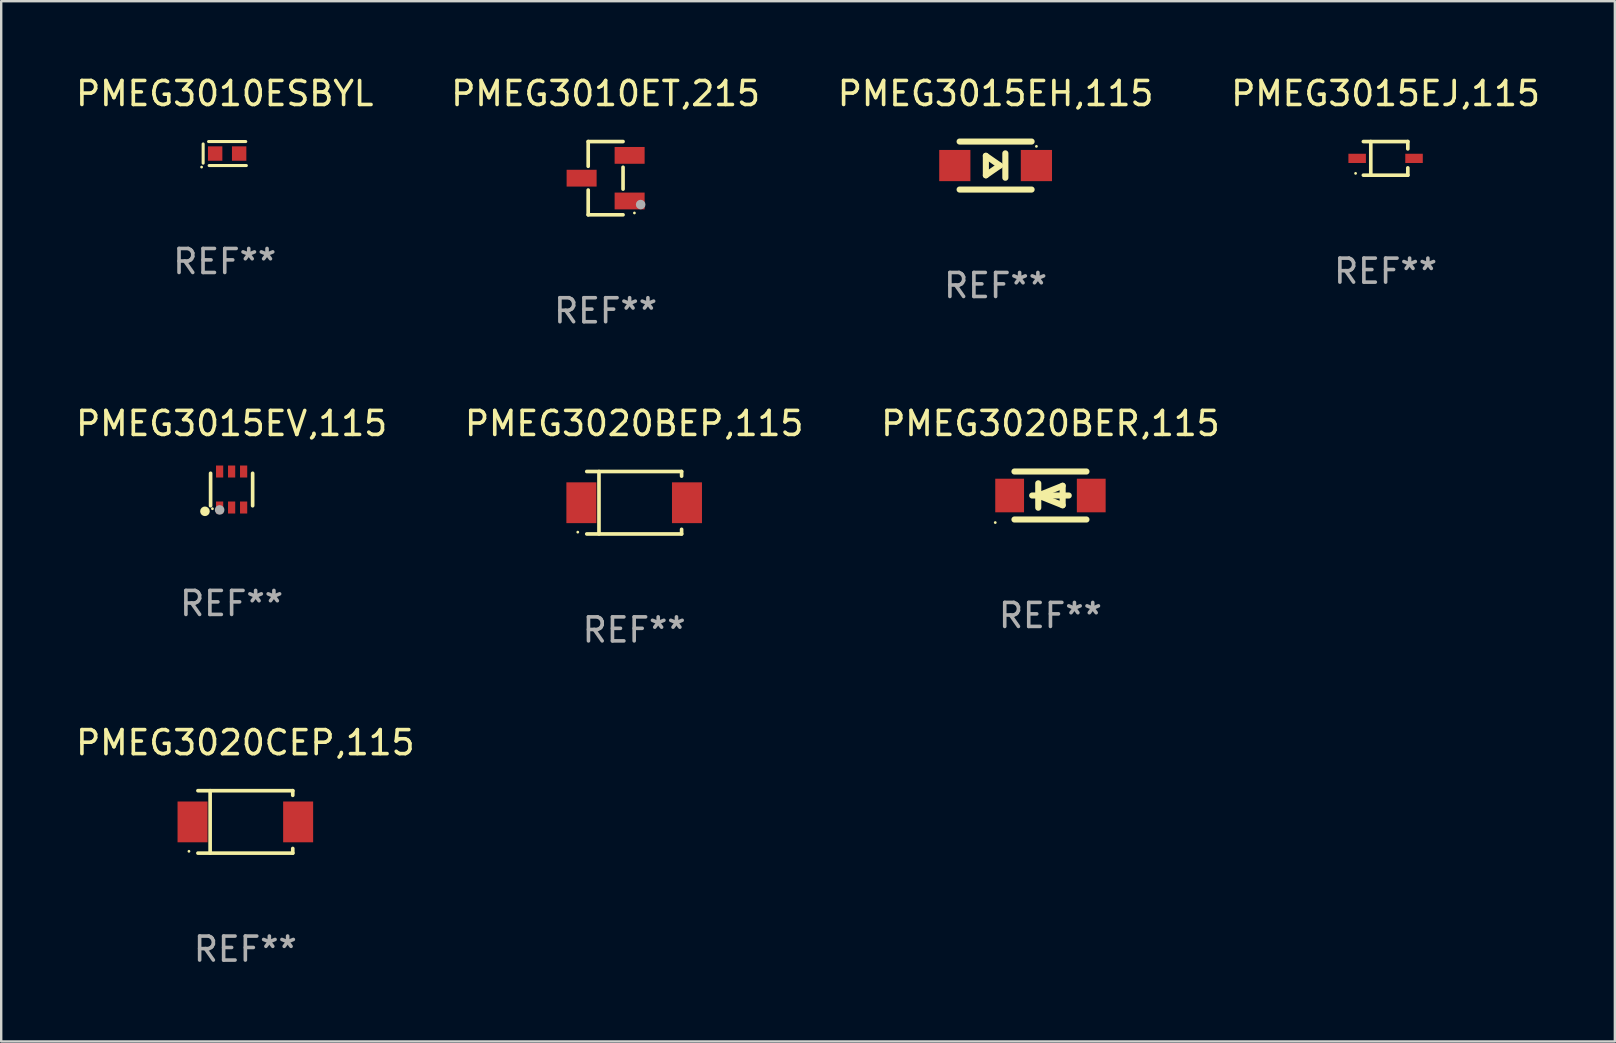
<source format=kicad_pcb>
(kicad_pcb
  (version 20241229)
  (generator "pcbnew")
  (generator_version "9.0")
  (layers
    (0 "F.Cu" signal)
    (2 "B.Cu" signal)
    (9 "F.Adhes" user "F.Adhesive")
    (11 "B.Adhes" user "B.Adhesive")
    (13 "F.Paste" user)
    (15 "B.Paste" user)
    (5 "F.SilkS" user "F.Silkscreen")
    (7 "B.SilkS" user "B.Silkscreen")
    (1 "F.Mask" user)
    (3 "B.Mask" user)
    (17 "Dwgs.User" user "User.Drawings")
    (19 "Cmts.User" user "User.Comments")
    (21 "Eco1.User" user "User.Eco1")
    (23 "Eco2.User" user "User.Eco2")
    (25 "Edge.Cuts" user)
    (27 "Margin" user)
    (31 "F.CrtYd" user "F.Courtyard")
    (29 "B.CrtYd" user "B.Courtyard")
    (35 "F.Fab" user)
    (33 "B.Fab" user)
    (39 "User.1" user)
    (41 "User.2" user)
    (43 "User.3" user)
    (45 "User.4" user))
  (footprint "PMEG3015EV,115"
    (layer "F.Cu")
    (at 6.601 17.347)
    (property "Reference" "PMEG3015EV,115" (at 0 -2.75 0) (layer "F.SilkS") (effects (font (size 1 1) (thickness 0.15))))
    (attr through_hole)
    (fp_line (start -0.876 0.676) (end -0.876 -0.676) (stroke (width 0.152) (type solid)) (layer "F.SilkS"))
    (fp_line (start 0.876 0.676) (end 0.876 -0.676) (stroke (width 0.152) (type solid)) (layer "F.SilkS"))
    (fp_circle (center -1.111 0.908) (end -1.011 0.908) (stroke (width 0.2) (type solid)) (fill no) (layer "F.SilkS"))
    (fp_circle (center -0.8 0.8) (end -0.77 0.8) (stroke (width 0.06) (type solid)) (fill no) (layer "F.SilkS"))
    (fp_circle (center -0.499 0.85) (end -0.399 0.85) (stroke (width 0.2) (type solid)) (fill no) (layer "F.Fab"))
    (fp_text user "REF**" (at 0 4.75 0) (layer "F.Fab") (effects (font (size 1 1) (thickness 0.15))))
    (pad "1" smd rect (at -0.5 0.75) (size 0.3 0.5) (layers "F.Cu" "F.Mask" "F.Paste"))
    (pad "2" smd rect (at 0 0.75) (size 0.3 0.5) (layers "F.Cu" "F.Mask" "F.Paste"))
    (pad "3" smd rect (at 0.5 0.75) (size 0.3 0.5) (layers "F.Cu" "F.Mask" "F.Paste"))
    (pad "4" smd rect (at 0.5 -0.75) (size 0.3 0.5) (layers "F.Cu" "F.Mask" "F.Paste"))
    (pad "5" smd rect (at 0 -0.75) (size 0.3 0.5) (layers "F.Cu" "F.Mask" "F.Paste"))
    (pad "6" smd rect (at -0.5 -0.75) (size 0.3 0.5) (layers "F.Cu" "F.Mask" "F.Paste")))
  (footprint "PMEG3015EH,115"
    (layer "F.Cu")
    (at 38.435 3.848)
    (property "Reference" "PMEG3015EH,115" (at 0 -3 0) (layer "F.SilkS") (effects (font (size 1 1) (thickness 0.15))))
    (attr through_hole)
    (fp_line (start -1.5 -1) (end 1.5 -1) (stroke (width 0.254) (type solid)) (layer "F.SilkS"))
    (fp_line (start -0.406 -0.406) (end 0.178 0) (stroke (width 0.254) (type solid)) (layer "F.SilkS"))
    (fp_line (start -0.406 0.406) (end -0.406 -0.406) (stroke (width 0.254) (type solid)) (layer "F.SilkS"))
    (fp_line (start 0.178 0) (end -0.406 0.406) (stroke (width 0.254) (type solid)) (layer "F.SilkS"))
    (fp_line (start 0.406 0.508) (end 0.406 -0.508) (stroke (width 0.254) (type solid)) (layer "F.SilkS"))
    (fp_line (start 1.5 1) (end -1.5 1) (stroke (width 0.254) (type solid)) (layer "F.SilkS"))
    (fp_circle (center 1.7 -0.8) (end 1.73 -0.8) (stroke (width 0.06) (type solid)) (fill no) (layer "F.SilkS"))
    (fp_text user "REF**" (at 0 5 0) (layer "F.Fab") (effects (font (size 1 1) (thickness 0.15))))
    (pad "1" smd rect (at 1.7 0 180) (size 1.3 1.3) (layers "F.Cu" "F.Mask" "F.Paste"))
    (pad "2" smd rect (at -1.7 0 180) (size 1.3 1.3) (layers "F.Cu" "F.Mask" "F.Paste")))
  (footprint "PMEG3020BER,115"
    (layer "F.Cu")
    (at 40.72 17.597)
    (property "Reference" "PMEG3020BER,115" (at 0 -3 0) (layer "F.SilkS") (effects (font (size 1 1) (thickness 0.15))))
    (attr through_hole)
    (fp_line (start -1.5 -1) (end 1.5 -1) (stroke (width 0.254) (type solid)) (layer "F.SilkS"))
    (fp_line (start -1.5 1) (end 1.5 1) (stroke (width 0.254) (type solid)) (layer "F.SilkS"))
    (fp_line (start -0.762 0) (end 0.762 0) (stroke (width 0.254) (type solid)) (layer "F.SilkS"))
    (fp_line (start -0.508 -0.508) (end -0.508 0.508) (stroke (width 0.254) (type solid)) (layer "F.SilkS"))
    (fp_line (start -0.508 0) (end 0.508 -0.406) (stroke (width 0.254) (type solid)) (layer "F.SilkS"))
    (fp_line (start 0.508 -0.406) (end 0.508 0.406) (stroke (width 0.254) (type solid)) (layer "F.SilkS"))
    (fp_line (start 0.508 0.406) (end -0.508 0) (stroke (width 0.254) (type solid)) (layer "F.SilkS"))
    (fp_circle (center -2.3 1.127) (end -2.27 1.127) (stroke (width 0.06) (type solid)) (fill no) (layer "F.SilkS"))
    (fp_text user "REF**" (at 0 5 0) (layer "F.Fab") (effects (font (size 1 1) (thickness 0.15))))
    (pad "1" smd rect (at -1.7 0) (size 1.2 1.4) (layers "F.Cu" "F.Mask" "F.Paste"))
    (pad "2" smd rect (at 1.7 0) (size 1.2 1.4) (layers "F.Cu" "F.Mask" "F.Paste")))
  (footprint "PMEG3020CEP,115"
    (layer "F.Cu")
    (at 7.173 31.197)
    (property "Reference" "PMEG3020CEP,115" (at 0 -3.301 0) (layer "F.SilkS") (effects (font (size 1 1) (thickness 0.15))))
    (attr through_hole)
    (fp_line (start -1.976 -1.301) (end 1.976 -1.301) (stroke (width 0.152) (type solid)) (layer "F.SilkS"))
    (fp_line (start -1.976 1.301) (end 1.976 1.301) (stroke (width 0.152) (type solid)) (layer "F.SilkS"))
    (fp_line (start -1.467 -1.301) (end -1.467 1.301) (stroke (width 0.152) (type solid)) (layer "F.SilkS"))
    (fp_line (start 1.976 -1.301) (end 1.976 -1.108) (stroke (width 0.152) (type solid)) (layer "F.SilkS"))
    (fp_line (start 1.976 1.301) (end 1.976 1.108) (stroke (width 0.152) (type solid)) (layer "F.SilkS"))
    (fp_circle (center -2.35 1.225) (end -2.32 1.225) (stroke (width 0.06) (type solid)) (fill no) (layer "F.SilkS"))
    (fp_text user "REF**" (at 0 5.301 0) (layer "F.Fab") (effects (font (size 1 1) (thickness 0.15))))
    (pad "1" smd rect (at -2.2 0 180) (size 1.25 1.7) (layers "F.Cu" "F.Mask" "F.Paste"))
    (pad "2" smd rect (at 2.2 0 180) (size 1.25 1.7) (layers "F.Cu" "F.Mask" "F.Paste")))
  (footprint "PMEG3010ET,215"
    (layer "F.Cu")
    (at 22.185 4.374)
    (property "Reference" "PMEG3010ET,215" (at 0 -3.526 0) (layer "F.SilkS") (effects (font (size 1 1) (thickness 0.15))))
    (attr through_hole)
    (fp_line (start -0.726 -1.526) (end -0.726 -0.495) (stroke (width 0.152) (type solid)) (layer "F.SilkS"))
    (fp_line (start -0.726 1.526) (end -0.726 0.495) (stroke (width 0.152) (type solid)) (layer "F.SilkS"))
    (fp_line (start 0.726 -1.526) (end -0.726 -1.526) (stroke (width 0.152) (type solid)) (layer "F.SilkS"))
    (fp_line (start 0.726 -0.455) (end 0.726 0.455) (stroke (width 0.152) (type solid)) (layer "F.SilkS"))
    (fp_line (start 0.726 1.526) (end -0.726 1.526) (stroke (width 0.152) (type solid)) (layer "F.SilkS"))
    (fp_circle (center 1.2 1.45) (end 1.23 1.45) (stroke (width 0.06) (type solid)) (fill no) (layer "F.SilkS"))
    (fp_circle (center 1.46 1.1) (end 1.56 1.1) (stroke (width 0.2) (type solid)) (fill no) (layer "F.Fab"))
    (fp_text user "REF**" (at 0 5.526 0) (layer "F.Fab") (effects (font (size 1 1) (thickness 0.15))))
    (pad "1" smd rect (at 1 0.95) (size 1.25 0.7) (layers "F.Cu" "F.Mask" "F.Paste"))
    (pad "2" smd rect (at 1 -0.95) (size 1.25 0.7) (layers "F.Cu" "F.Mask" "F.Paste"))
    (pad "3" smd rect (at -1 0) (size 1.25 0.7) (layers "F.Cu" "F.Mask" "F.Paste")))
  (footprint "PMEG3020BEP,115"
    (layer "F.Cu")
    (at 23.375 17.898)
    (property "Reference" "PMEG3020BEP,115" (at 0 -3.301 0) (layer "F.SilkS") (effects (font (size 1 1) (thickness 0.15))))
    (attr through_hole)
    (fp_line (start -1.976 -1.301) (end 1.976 -1.301) (stroke (width 0.152) (type solid)) (layer "F.SilkS"))
    (fp_line (start -1.976 1.301) (end 1.976 1.301) (stroke (width 0.152) (type solid)) (layer "F.SilkS"))
    (fp_line (start -1.467 -1.301) (end -1.467 1.301) (stroke (width 0.152) (type solid)) (layer "F.SilkS"))
    (fp_line (start 1.976 -1.301) (end 1.976 -1.108) (stroke (width 0.152) (type solid)) (layer "F.SilkS"))
    (fp_line (start 1.976 1.301) (end 1.976 1.108) (stroke (width 0.152) (type solid)) (layer "F.SilkS"))
    (fp_circle (center -2.35 1.225) (end -2.32 1.225) (stroke (width 0.06) (type solid)) (fill no) (layer "F.SilkS"))
    (fp_text user "REF**" (at 0 5.301 0) (layer "F.Fab") (effects (font (size 1 1) (thickness 0.15))))
    (pad "1" smd rect (at -2.2 0 180) (size 1.25 1.7) (layers "F.Cu" "F.Mask" "F.Paste"))
    (pad "2" smd rect (at 2.2 0 180) (size 1.25 1.7) (layers "F.Cu" "F.Mask" "F.Paste")))
  (footprint "PMEG3015EJ,115"
    (layer "F.Cu")
    (at 54.685 3.549)
    (property "Reference" "PMEG3015EJ,115" (at 0 -2.701 0) (layer "F.SilkS") (effects (font (size 1 1) (thickness 0.15))))
    (attr through_hole)
    (fp_line (start -0.926 -0.701) (end 0.926 -0.701) (stroke (width 0.152) (type solid)) (layer "F.SilkS"))
    (fp_line (start -0.926 0.701) (end 0.926 0.701) (stroke (width 0.152) (type solid)) (layer "F.SilkS"))
    (fp_line (start -0.617 -0.701) (end -0.617 0.701) (stroke (width 0.152) (type solid)) (layer "F.SilkS"))
    (fp_line (start 0.926 -0.701) (end 0.926 -0.396) (stroke (width 0.152) (type solid)) (layer "F.SilkS"))
    (fp_line (start 0.926 0.701) (end 0.926 0.396) (stroke (width 0.152) (type solid)) (layer "F.SilkS"))
    (fp_circle (center -1.25 0.625) (end -1.22 0.625) (stroke (width 0.06) (type solid)) (fill no) (layer "F.SilkS"))
    (fp_text user "REF**" (at 0 4.701 0) (layer "F.Fab") (effects (font (size 1 1) (thickness 0.15))))
    (pad "1" smd rect (at -1.185 0 180) (size 0.73 0.385) (layers "F.Cu" "F.Mask" "F.Paste"))
    (pad "2" smd rect (at 1.185 0 180) (size 0.73 0.385) (layers "F.Cu" "F.Mask" "F.Paste")))
  (footprint "PMEG3010ESBYL"
    (layer "F.Cu")
    (at 6.315 3.348)
    (property "Reference" "PMEG3010ESBYL" (at 0 -2.5 0) (layer "F.SilkS") (effects (font (size 1 1) (thickness 0.15))))
    (attr through_hole)
    (fp_line (start -0.9 -0.4) (end -0.9 0.4) (stroke (width 0.127) (type solid)) (layer "F.SilkS"))
    (fp_line (start -0.675 -0.5) (end 0.875 -0.5) (stroke (width 0.127) (type solid)) (layer "F.SilkS"))
    (fp_line (start -0.65 0.5) (end 0.9 0.5) (stroke (width 0.127) (type solid)) (layer "F.SilkS"))
    (fp_circle (center -0.964 0.564) (end -0.934 0.564) (stroke (width 0.06) (type solid)) (fill no) (layer "F.SilkS"))
    (fp_text user "REF**" (at 0 4.5 0) (layer "F.Fab") (effects (font (size 1 1) (thickness 0.15))))
    (pad "1" smd rect (at -0.4 0) (size 0.6 0.6) (layers "F.Cu" "F.Mask" "F.Paste"))
    (pad "2" smd rect (at 0.6 0) (size 0.6 0.6) (layers "F.Cu" "F.Mask" "F.Paste")))
  (gr_rect
    (start -3 -3)
    (end 64.238 40.347)
    (stroke (width 0.1) (type default))
    (fill no)
    (layer "Edge.Cuts")))
</source>
